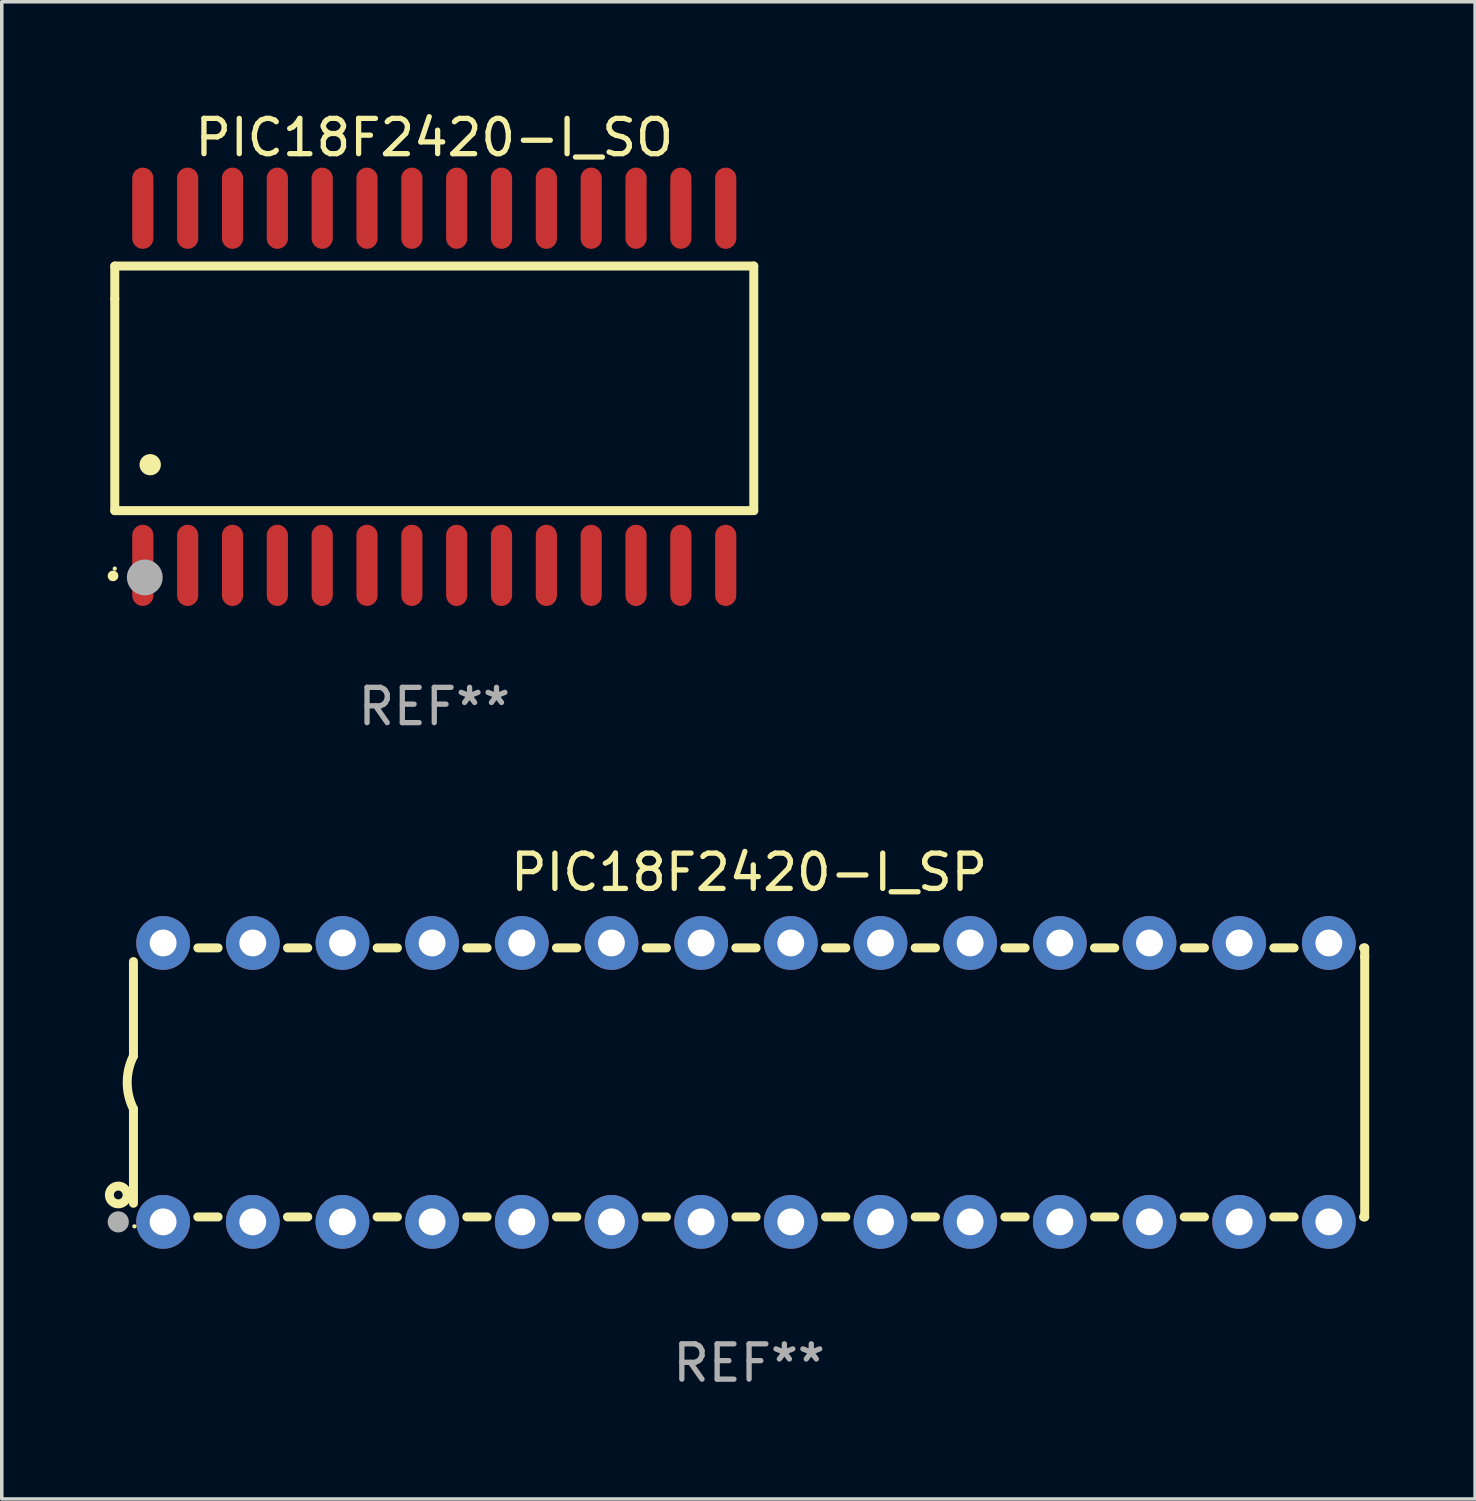
<source format=kicad_pcb>
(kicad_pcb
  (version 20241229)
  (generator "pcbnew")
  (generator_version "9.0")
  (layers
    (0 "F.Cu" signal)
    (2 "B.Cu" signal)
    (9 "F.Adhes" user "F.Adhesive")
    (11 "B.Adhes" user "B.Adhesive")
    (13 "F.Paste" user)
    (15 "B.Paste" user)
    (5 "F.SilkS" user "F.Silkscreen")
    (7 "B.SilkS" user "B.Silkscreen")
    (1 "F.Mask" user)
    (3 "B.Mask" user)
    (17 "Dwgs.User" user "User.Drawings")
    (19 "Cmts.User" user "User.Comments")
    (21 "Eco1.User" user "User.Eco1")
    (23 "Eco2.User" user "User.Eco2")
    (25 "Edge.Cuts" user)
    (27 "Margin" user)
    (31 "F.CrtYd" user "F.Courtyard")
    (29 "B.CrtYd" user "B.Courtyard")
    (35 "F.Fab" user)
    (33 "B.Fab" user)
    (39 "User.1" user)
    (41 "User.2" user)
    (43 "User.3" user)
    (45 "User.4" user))
  (footprint "PIC18F2420-I_SO"
    (layer "F.Cu")
    (at 9.251 7.906)
    (property "Reference" "PIC18F2420-I_SO" (at 0 -7.058 0) (layer "F.SilkS") (effects (font (size 1 1) (thickness 0.15))))
    (attr through_hole)
    (fp_line (start -9.05 -3.42) (end 9.05 -3.42) (stroke (width 0.254) (type solid)) (layer "F.SilkS"))
    (fp_line (start -9.05 -2.492) (end -9.05 -3.42) (stroke (width 0.254) (type solid)) (layer "F.SilkS"))
    (fp_line (start -9.05 3.508) (end -9.05 -2.492) (stroke (width 0.254) (type solid)) (layer "F.SilkS"))
    (fp_line (start 9.05 -3.42) (end 9.05 3.508) (stroke (width 0.254) (type solid)) (layer "F.SilkS"))
    (fp_line (start 9.05 3.508) (end -9.05 3.508) (stroke (width 0.254) (type solid)) (layer "F.SilkS"))
    (fp_arc (start -9.100838 5.35649) (mid -9.099568 5.356485) (end -9.098298 5.35649) (stroke (width 0.3) (type solid)) (layer "F.SilkS"))
    (fp_arc (start -8.049276 2.206883) (mid -8.046736 2.206872) (end -8.044196 2.206883) (stroke (width 0.6) (type solid)) (layer "F.SilkS"))
    (fp_circle (center -9.05 5.15) (end -9.02 5.15) (stroke (width 0.06) (type solid)) (fill no) (layer "F.SilkS"))
    (fp_circle (center -8.2 5.4) (end -7.946 5.4) (stroke (width 0.508) (type solid)) (fill no) (layer "F.Fab"))
    (fp_text user "REF**" (at 0 9.058 0) (layer "F.Fab") (effects (font (size 1 1) (thickness 0.15))))
    (pad "1" smd oval (at -8.255 5.058 180) (size 0.6 2.3) (layers "F.Cu" "F.Mask" "F.Paste"))
    (pad "2" smd oval (at -6.985 5.058 180) (size 0.6 2.3) (layers "F.Cu" "F.Mask" "F.Paste"))
    (pad "3" smd oval (at -5.715 5.058 180) (size 0.6 2.3) (layers "F.Cu" "F.Mask" "F.Paste"))
    (pad "4" smd oval (at -4.445 5.058 180) (size 0.6 2.3) (layers "F.Cu" "F.Mask" "F.Paste"))
    (pad "5" smd oval (at -3.175 5.058 180) (size 0.6 2.3) (layers "F.Cu" "F.Mask" "F.Paste"))
    (pad "6" smd oval (at -1.905 5.058 180) (size 0.6 2.3) (layers "F.Cu" "F.Mask" "F.Paste"))
    (pad "7" smd oval (at -0.635 5.058 180) (size 0.6 2.3) (layers "F.Cu" "F.Mask" "F.Paste"))
    (pad "8" smd oval (at 0.635 5.058 180) (size 0.6 2.3) (layers "F.Cu" "F.Mask" "F.Paste"))
    (pad "9" smd oval (at 1.905 5.058 180) (size 0.6 2.3) (layers "F.Cu" "F.Mask" "F.Paste"))
    (pad "10" smd oval (at 3.175 5.058 180) (size 0.6 2.3) (layers "F.Cu" "F.Mask" "F.Paste"))
    (pad "11" smd oval (at 4.445 5.058 180) (size 0.6 2.3) (layers "F.Cu" "F.Mask" "F.Paste"))
    (pad "12" smd oval (at 5.715 5.058 180) (size 0.6 2.3) (layers "F.Cu" "F.Mask" "F.Paste"))
    (pad "13" smd oval (at 6.985 5.058 180) (size 0.6 2.3) (layers "F.Cu" "F.Mask" "F.Paste"))
    (pad "14" smd oval (at 8.255 5.058 180) (size 0.6 2.3) (layers "F.Cu" "F.Mask" "F.Paste"))
    (pad "15" smd oval (at 8.255 -5.058 180) (size 0.6 2.3) (layers "F.Cu" "F.Mask" "F.Paste"))
    (pad "16" smd oval (at 6.985 -5.058 180) (size 0.6 2.3) (layers "F.Cu" "F.Mask" "F.Paste"))
    (pad "17" smd oval (at 5.715 -5.058 180) (size 0.6 2.3) (layers "F.Cu" "F.Mask" "F.Paste"))
    (pad "18" smd oval (at 4.445 -5.058 180) (size 0.6 2.3) (layers "F.Cu" "F.Mask" "F.Paste"))
    (pad "19" smd oval (at 3.175 -5.058 180) (size 0.6 2.3) (layers "F.Cu" "F.Mask" "F.Paste"))
    (pad "20" smd oval (at 1.905 -5.058 180) (size 0.6 2.3) (layers "F.Cu" "F.Mask" "F.Paste"))
    (pad "21" smd oval (at 0.635 -5.058 180) (size 0.6 2.3) (layers "F.Cu" "F.Mask" "F.Paste"))
    (pad "22" smd oval (at -0.635 -5.058 180) (size 0.6 2.3) (layers "F.Cu" "F.Mask" "F.Paste"))
    (pad "23" smd oval (at -1.905 -5.058 180) (size 0.6 2.3) (layers "F.Cu" "F.Mask" "F.Paste"))
    (pad "24" smd oval (at -3.175 -5.058 180) (size 0.6 2.3) (layers "F.Cu" "F.Mask" "F.Paste"))
    (pad "25" smd oval (at -4.445 -5.058 180) (size 0.6 2.3) (layers "F.Cu" "F.Mask" "F.Paste"))
    (pad "26" smd oval (at -5.715 -5.058 180) (size 0.6 2.3) (layers "F.Cu" "F.Mask" "F.Paste"))
    (pad "27" smd oval (at -6.985 -5.058 180) (size 0.6 2.3) (layers "F.Cu" "F.Mask" "F.Paste"))
    (pad "28" smd oval (at -8.255 -5.058 180) (size 0.6 2.3) (layers "F.Cu" "F.Mask" "F.Paste")))
  (footprint "PIC18F2420-I_SP"
    (layer "F.Cu")
    (at 18.168 27.61)
    (property "Reference" "PIC18F2420-I_SP" (at 0 -5.95 0) (layer "F.SilkS") (effects (font (size 1 1) (thickness 0.15))))
    (attr through_hole)
    (fp_line (start -17.438 0.75) (end -17.438 3.423) (stroke (width 0.254) (type solid)) (layer "F.SilkS"))
    (fp_line (start -17.438 -3.423) (end -17.438 -0.75) (stroke (width 0.254) (type solid)) (layer "F.SilkS"))
    (fp_line (start -15.615 3.81) (end -15.041 3.81) (stroke (width 0.254) (type solid)) (layer "F.SilkS"))
    (fp_line (start -15.041 -3.81) (end -15.614 -3.81) (stroke (width 0.254) (type solid)) (layer "F.SilkS"))
    (fp_line (start -13.075 3.81) (end -12.501 3.81) (stroke (width 0.254) (type solid)) (layer "F.SilkS"))
    (fp_line (start -12.501 -3.81) (end -13.074 -3.81) (stroke (width 0.254) (type solid)) (layer "F.SilkS"))
    (fp_line (start -10.535 3.81) (end -9.961 3.81) (stroke (width 0.254) (type solid)) (layer "F.SilkS"))
    (fp_line (start -9.961 -3.81) (end -10.534 -3.81) (stroke (width 0.254) (type solid)) (layer "F.SilkS"))
    (fp_line (start -7.995 3.81) (end -7.421 3.81) (stroke (width 0.254) (type solid)) (layer "F.SilkS"))
    (fp_line (start -7.421 -3.81) (end -7.995 -3.81) (stroke (width 0.254) (type solid)) (layer "F.SilkS"))
    (fp_line (start -5.455 3.81) (end -4.881 3.81) (stroke (width 0.254) (type solid)) (layer "F.SilkS"))
    (fp_line (start -4.881 -3.81) (end -5.455 -3.81) (stroke (width 0.254) (type solid)) (layer "F.SilkS"))
    (fp_line (start -2.915 3.81) (end -2.341 3.81) (stroke (width 0.254) (type solid)) (layer "F.SilkS"))
    (fp_line (start -2.341 -3.81) (end -2.915 -3.81) (stroke (width 0.254) (type solid)) (layer "F.SilkS"))
    (fp_line (start -0.375 3.81) (end 0.199 3.81) (stroke (width 0.254) (type solid)) (layer "F.SilkS"))
    (fp_line (start 0.199 -3.81) (end -0.375 -3.81) (stroke (width 0.254) (type solid)) (layer "F.SilkS"))
    (fp_line (start 2.165 3.81) (end 2.739 3.81) (stroke (width 0.254) (type solid)) (layer "F.SilkS"))
    (fp_line (start 2.739 -3.81) (end 2.165 -3.81) (stroke (width 0.254) (type solid)) (layer "F.SilkS"))
    (fp_line (start 4.705 3.81) (end 5.279 3.81) (stroke (width 0.254) (type solid)) (layer "F.SilkS"))
    (fp_line (start 5.279 -3.81) (end 4.705 -3.81) (stroke (width 0.254) (type solid)) (layer "F.SilkS"))
    (fp_line (start 7.245 3.81) (end 7.819 3.81) (stroke (width 0.254) (type solid)) (layer "F.SilkS"))
    (fp_line (start 7.819 -3.81) (end 7.245 -3.81) (stroke (width 0.254) (type solid)) (layer "F.SilkS"))
    (fp_line (start 9.785 3.81) (end 10.359 3.81) (stroke (width 0.254) (type solid)) (layer "F.SilkS"))
    (fp_line (start 10.359 -3.81) (end 9.785 -3.81) (stroke (width 0.254) (type solid)) (layer "F.SilkS"))
    (fp_line (start 12.325 3.81) (end 12.899 3.81) (stroke (width 0.254) (type solid)) (layer "F.SilkS"))
    (fp_line (start 12.899 -3.81) (end 12.325 -3.81) (stroke (width 0.254) (type solid)) (layer "F.SilkS"))
    (fp_line (start 14.865 3.81) (end 15.439 3.81) (stroke (width 0.254) (type solid)) (layer "F.SilkS"))
    (fp_line (start 15.439 -3.81) (end 14.865 -3.81) (stroke (width 0.254) (type solid)) (layer "F.SilkS"))
    (fp_line (start 17.405 3.81) (end 17.438 3.81) (stroke (width 0.254) (type solid)) (layer "F.SilkS"))
    (fp_line (start 17.438 -3.81) (end 17.405 -3.81) (stroke (width 0.254) (type solid)) (layer "F.SilkS"))
    (fp_line (start 17.438 -3.556) (end 17.438 -3.81) (stroke (width 0.254) (type solid)) (layer "F.SilkS"))
    (fp_line (start 17.438 3.81) (end 17.438 -3.556) (stroke (width 0.254) (type solid)) (layer "F.SilkS"))
    (fp_arc (start -17.437986 0.749657) (mid -17.614887 -0.000024) (end -17.437783 -0.749657) (stroke (width 0.254001) (type solid)) (layer "F.SilkS"))
    (fp_circle (center -17.868 3.188) (end -17.743 3.188) (stroke (width 0.254) (type solid)) (fill no) (layer "F.SilkS"))
    (fp_circle (center -17.411 4.077) (end -17.381 4.077) (stroke (width 0.06) (type solid)) (fill no) (layer "F.SilkS"))
    (fp_circle (center -17.868 3.95) (end -17.718 3.95) (stroke (width 0.3) (type solid)) (fill no) (layer "F.Fab"))
    (fp_text user "REF**" (at 0 7.95 0) (layer "F.Fab") (effects (font (size 1 1) (thickness 0.15))))
    (pad "1" thru_hole circle (at -16.598 3.95) (size 1.524 1.524) (drill 0.762) (layers "*.Cu" "*.Mask"))
    (pad "2" thru_hole circle (at -14.058 3.95) (size 1.524 1.524) (drill 0.762) (layers "*.Cu" "*.Mask"))
    (pad "3" thru_hole circle (at -11.518 3.95) (size 1.524 1.524) (drill 0.762) (layers "*.Cu" "*.Mask"))
    (pad "4" thru_hole circle (at -8.978 3.95) (size 1.524 1.524) (drill 0.762) (layers "*.Cu" "*.Mask"))
    (pad "5" thru_hole circle (at -6.438 3.95) (size 1.524 1.524) (drill 0.762) (layers "*.Cu" "*.Mask"))
    (pad "6" thru_hole circle (at -3.898 3.95) (size 1.524 1.524) (drill 0.762) (layers "*.Cu" "*.Mask"))
    (pad "7" thru_hole circle (at -1.358 3.95) (size 1.524 1.524) (drill 0.762) (layers "*.Cu" "*.Mask"))
    (pad "8" thru_hole circle (at 1.182 3.95) (size 1.524 1.524) (drill 0.762) (layers "*.Cu" "*.Mask"))
    (pad "9" thru_hole circle (at 3.722 3.95) (size 1.524 1.524) (drill 0.762) (layers "*.Cu" "*.Mask"))
    (pad "10" thru_hole circle (at 6.262 3.95) (size 1.524 1.524) (drill 0.762) (layers "*.Cu" "*.Mask"))
    (pad "11" thru_hole circle (at 8.802 3.95) (size 1.524 1.524) (drill 0.762) (layers "*.Cu" "*.Mask"))
    (pad "12" thru_hole circle (at 11.342 3.95) (size 1.524 1.524) (drill 0.762) (layers "*.Cu" "*.Mask"))
    (pad "13" thru_hole circle (at 13.882 3.95) (size 1.524 1.524) (drill 0.762) (layers "*.Cu" "*.Mask"))
    (pad "14" thru_hole circle (at 16.422 3.95) (size 1.524 1.524) (drill 0.762) (layers "*.Cu" "*.Mask"))
    (pad "15" thru_hole circle (at 16.422 -3.95) (size 1.524 1.524) (drill 0.762) (layers "*.Cu" "*.Mask"))
    (pad "16" thru_hole circle (at 13.882 -3.95) (size 1.524 1.524) (drill 0.762) (layers "*.Cu" "*.Mask"))
    (pad "17" thru_hole circle (at 11.342 -3.95) (size 1.524 1.524) (drill 0.762) (layers "*.Cu" "*.Mask"))
    (pad "18" thru_hole circle (at 8.802 -3.95) (size 1.524 1.524) (drill 0.762) (layers "*.Cu" "*.Mask"))
    (pad "19" thru_hole circle (at 6.262 -3.95) (size 1.524 1.524) (drill 0.762) (layers "*.Cu" "*.Mask"))
    (pad "20" thru_hole circle (at 3.722 -3.95) (size 1.524 1.524) (drill 0.762) (layers "*.Cu" "*.Mask"))
    (pad "21" thru_hole circle (at 1.182 -3.95) (size 1.524 1.524) (drill 0.762) (layers "*.Cu" "*.Mask"))
    (pad "22" thru_hole circle (at -1.358 -3.95) (size 1.524 1.524) (drill 0.762) (layers "*.Cu" "*.Mask"))
    (pad "23" thru_hole circle (at -3.898 -3.95) (size 1.524 1.524) (drill 0.762) (layers "*.Cu" "*.Mask"))
    (pad "24" thru_hole circle (at -6.438 -3.95) (size 1.524 1.524) (drill 0.762) (layers "*.Cu" "*.Mask"))
    (pad "25" thru_hole circle (at -8.978 -3.95) (size 1.524 1.524) (drill 0.762) (layers "*.Cu" "*.Mask"))
    (pad "26" thru_hole circle (at -11.517 -3.95) (size 1.524 1.524) (drill 0.762) (layers "*.Cu" "*.Mask"))
    (pad "27" thru_hole circle (at -14.057 -3.95) (size 1.524 1.524) (drill 0.762) (layers "*.Cu" "*.Mask"))
    (pad "28" thru_hole circle (at -16.597 -3.95) (size 1.524 1.524) (drill 0.762) (layers "*.Cu" "*.Mask")))
  (gr_rect
    (start -3 -3)
    (end 38.733 39.408)
    (stroke (width 0.1) (type default))
    (fill no)
    (layer "Edge.Cuts")))
</source>
